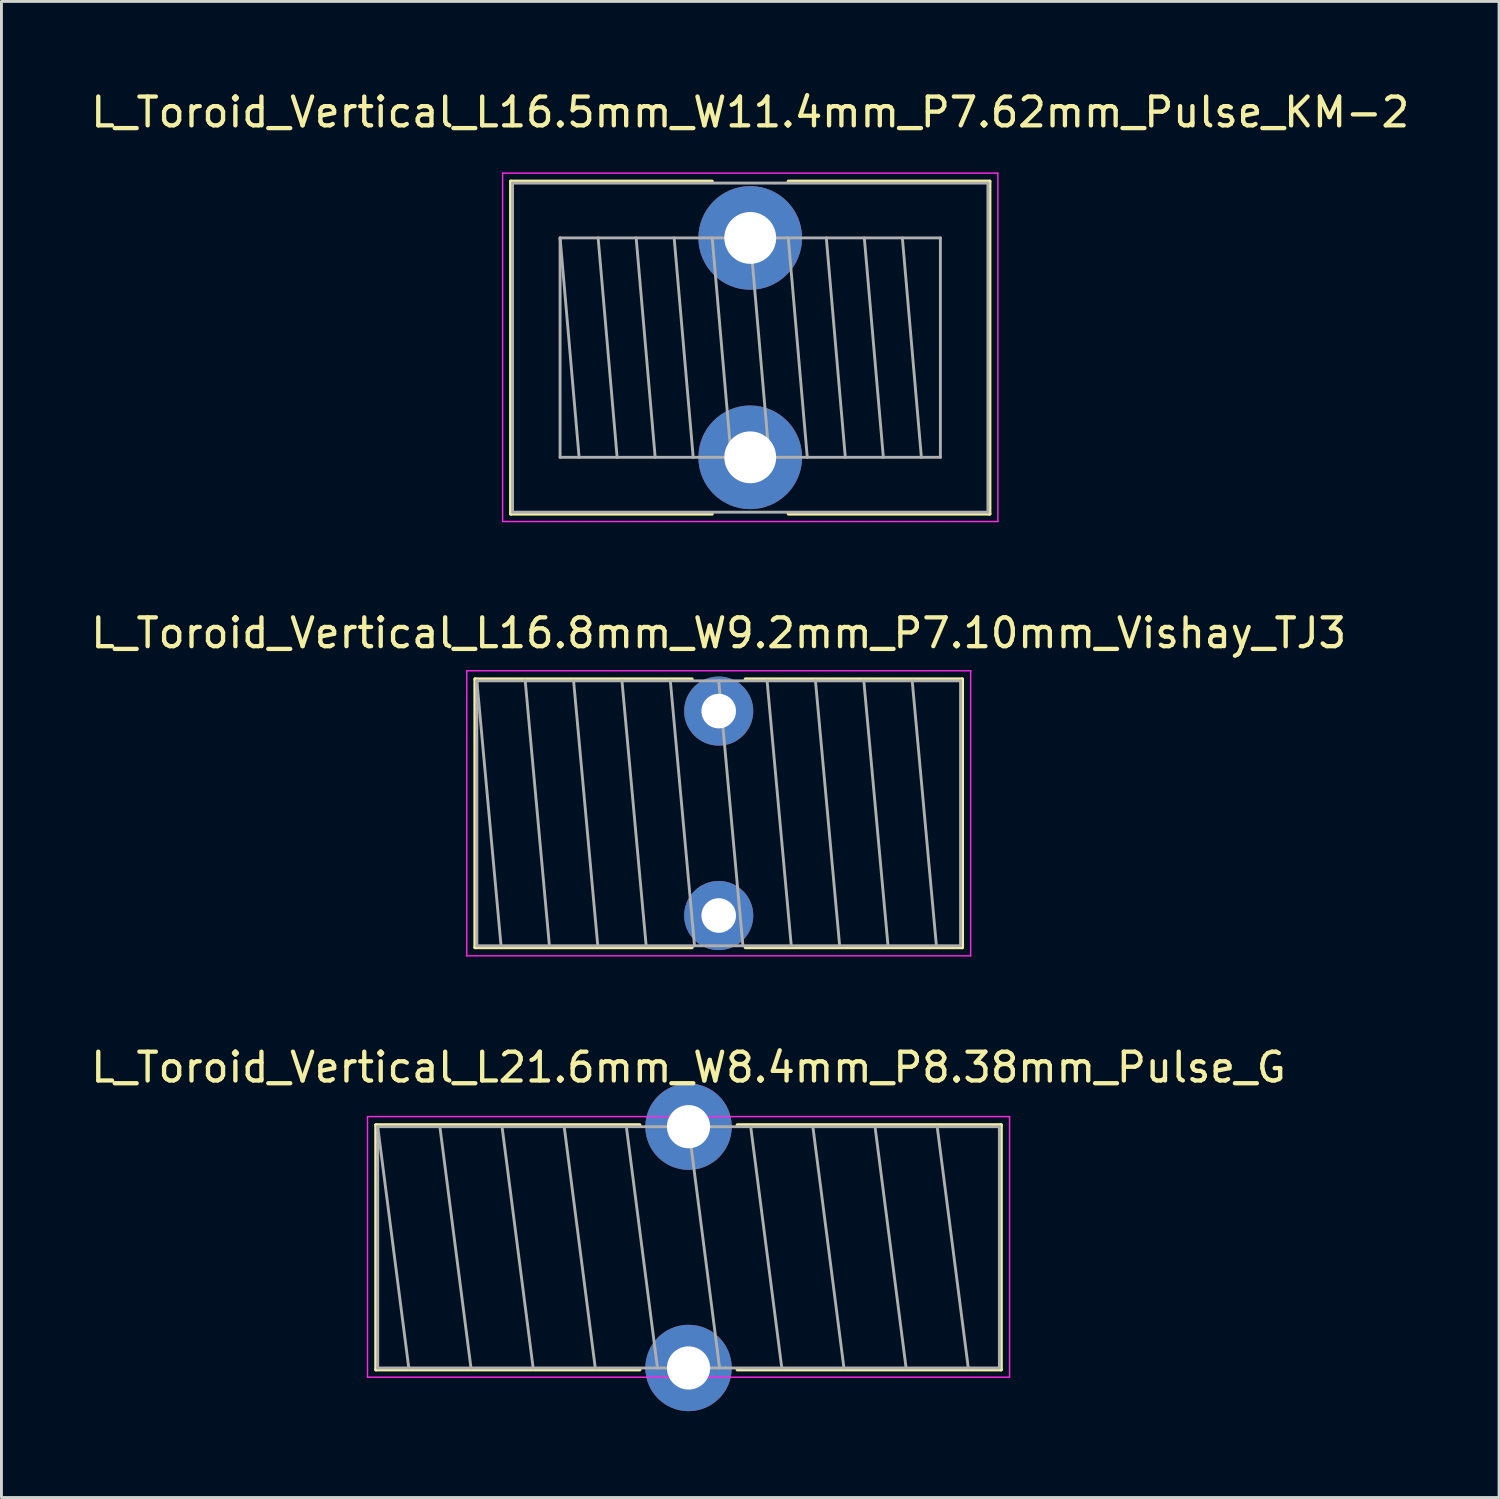
<source format=kicad_pcb>
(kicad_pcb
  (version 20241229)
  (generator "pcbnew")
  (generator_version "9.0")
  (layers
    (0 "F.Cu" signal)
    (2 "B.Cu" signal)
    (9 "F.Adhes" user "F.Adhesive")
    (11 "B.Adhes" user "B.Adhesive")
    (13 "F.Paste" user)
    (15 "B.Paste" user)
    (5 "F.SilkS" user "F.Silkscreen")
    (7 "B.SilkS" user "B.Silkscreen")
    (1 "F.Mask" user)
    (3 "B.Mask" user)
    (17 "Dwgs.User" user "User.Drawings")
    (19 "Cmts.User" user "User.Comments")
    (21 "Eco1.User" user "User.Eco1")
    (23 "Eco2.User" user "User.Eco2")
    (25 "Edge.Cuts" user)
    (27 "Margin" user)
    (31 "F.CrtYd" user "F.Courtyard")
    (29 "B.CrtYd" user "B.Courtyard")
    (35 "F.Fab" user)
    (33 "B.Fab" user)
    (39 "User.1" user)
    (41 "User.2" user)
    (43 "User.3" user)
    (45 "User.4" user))
  (footprint "L_Toroid_Vertical_L21.6mm_W8.4mm_P8.38mm_Pulse_G"
    (layer "F.Cu")
    (at 20.863 36.08)
    (property "Reference" "L_Toroid_Vertical_L21.6mm_W8.4mm_P8.38mm_Pulse_G" (at 0 -2.06 0) (layer "F.SilkS") (effects (font (size 1 1) (thickness 0.15))))
    (attr through_hole)
    (fp_line (start -10.855 -0.06) (end -10.855 8.44) (stroke (width 0.12) (type solid)) (layer "F.SilkS"))
    (fp_line (start -10.855 -0.06) (end -1.695 -0.06) (stroke (width 0.12) (type solid)) (layer "F.SilkS"))
    (fp_line (start -10.855 8.44) (end -1.695 8.44) (stroke (width 0.12) (type solid)) (layer "F.SilkS"))
    (fp_line (start 1.695 -0.06) (end 10.855 -0.06) (stroke (width 0.12) (type solid)) (layer "F.SilkS"))
    (fp_line (start 1.695 8.44) (end 10.855 8.44) (stroke (width 0.12) (type solid)) (layer "F.SilkS"))
    (fp_line (start 10.855 -0.06) (end 10.855 8.44) (stroke (width 0.12) (type solid)) (layer "F.SilkS"))
    (fp_line (start -11.15 -0.35) (end -11.15 8.7) (stroke (width 0.05) (type solid)) (layer "F.CrtYd"))
    (fp_line (start -11.15 8.7) (end 11.15 8.7) (stroke (width 0.05) (type solid)) (layer "F.CrtYd"))
    (fp_line (start 11.15 -0.35) (end -11.15 -0.35) (stroke (width 0.05) (type solid)) (layer "F.CrtYd"))
    (fp_line (start 11.15 8.7) (end 11.15 -0.35) (stroke (width 0.05) (type solid)) (layer "F.CrtYd"))
    (fp_line (start -10.795 0) (end -10.795 8.38) (stroke (width 0.1) (type solid)) (layer "F.Fab"))
    (fp_line (start -10.795 0) (end -9.716 8.38) (stroke (width 0.1) (type solid)) (layer "F.Fab"))
    (fp_line (start -10.795 8.38) (end 10.795 8.38) (stroke (width 0.1) (type solid)) (layer "F.Fab"))
    (fp_line (start -8.636 0) (end -7.556 8.38) (stroke (width 0.1) (type solid)) (layer "F.Fab"))
    (fp_line (start -6.477 0) (end -5.397 8.38) (stroke (width 0.1) (type solid)) (layer "F.Fab"))
    (fp_line (start -4.318 0) (end -3.239 8.38) (stroke (width 0.1) (type solid)) (layer "F.Fab"))
    (fp_line (start -2.159 0) (end -1.079 8.38) (stroke (width 0.1) (type solid)) (layer "F.Fab"))
    (fp_line (start 0 0) (end 1.079 8.38) (stroke (width 0.1) (type solid)) (layer "F.Fab"))
    (fp_line (start 2.159 0) (end 3.239 8.38) (stroke (width 0.1) (type solid)) (layer "F.Fab"))
    (fp_line (start 4.318 0) (end 5.397 8.38) (stroke (width 0.1) (type solid)) (layer "F.Fab"))
    (fp_line (start 6.477 0) (end 7.556 8.38) (stroke (width 0.1) (type solid)) (layer "F.Fab"))
    (fp_line (start 8.636 0) (end 9.716 8.38) (stroke (width 0.1) (type solid)) (layer "F.Fab"))
    (fp_line (start 10.795 0) (end -10.795 0) (stroke (width 0.1) (type solid)) (layer "F.Fab"))
    (fp_line (start 10.795 8.38) (end 10.795 0) (stroke (width 0.1) (type solid)) (layer "F.Fab"))
    (pad "1" thru_hole circle (at 0 0) (size 3 3) (drill 1.5) (layers "*.Cu" "*.Mask"))
    (pad "2" thru_hole circle (at 0 8.38) (size 3 3) (drill 1.5) (layers "*.Cu" "*.Mask")))
  (footprint "L_Toroid_Vertical_L16.5mm_W11.4mm_P7.62mm_Pulse_KM-2"
    (layer "F.Cu")
    (at 23.006 5.213)
    (property "Reference" "L_Toroid_Vertical_L16.5mm_W11.4mm_P7.62mm_Pulse_KM-2" (at 0 -4.365 0) (layer "F.SilkS") (effects (font (size 1 1) (thickness 0.15))))
    (attr through_hole)
    (fp_line (start -8.316 -1.965) (end -8.316 9.585) (stroke (width 0.12) (type solid)) (layer "F.SilkS"))
    (fp_line (start -8.316 -1.965) (end -1.325 -1.965) (stroke (width 0.12) (type solid)) (layer "F.SilkS"))
    (fp_line (start -8.316 9.585) (end -1.325 9.585) (stroke (width 0.12) (type solid)) (layer "F.SilkS"))
    (fp_line (start 1.325 -1.965) (end 8.316 -1.965) (stroke (width 0.12) (type solid)) (layer "F.SilkS"))
    (fp_line (start 1.325 9.585) (end 8.316 9.585) (stroke (width 0.12) (type solid)) (layer "F.SilkS"))
    (fp_line (start 8.316 -1.965) (end 8.316 9.585) (stroke (width 0.12) (type solid)) (layer "F.SilkS"))
    (fp_line (start -8.6 -2.25) (end -8.6 9.85) (stroke (width 0.05) (type solid)) (layer "F.CrtYd"))
    (fp_line (start -8.6 9.85) (end 8.6 9.85) (stroke (width 0.05) (type solid)) (layer "F.CrtYd"))
    (fp_line (start 8.6 -2.25) (end -8.6 -2.25) (stroke (width 0.05) (type solid)) (layer "F.CrtYd"))
    (fp_line (start 8.6 9.85) (end 8.6 -2.25) (stroke (width 0.05) (type solid)) (layer "F.CrtYd"))
    (fp_line (start -8.255 -1.905) (end -8.255 9.525) (stroke (width 0.1) (type solid)) (layer "F.Fab"))
    (fp_line (start -8.255 9.525) (end 8.255 9.525) (stroke (width 0.1) (type solid)) (layer "F.Fab"))
    (fp_line (start -6.604 0) (end -6.604 7.62) (stroke (width 0.1) (type solid)) (layer "F.Fab"))
    (fp_line (start -6.604 0) (end -5.944 7.62) (stroke (width 0.1) (type solid)) (layer "F.Fab"))
    (fp_line (start -6.604 7.62) (end 6.604 7.62) (stroke (width 0.1) (type solid)) (layer "F.Fab"))
    (fp_line (start -5.283 0) (end -4.623 7.62) (stroke (width 0.1) (type solid)) (layer "F.Fab"))
    (fp_line (start -3.962 0) (end -3.302 7.62) (stroke (width 0.1) (type solid)) (layer "F.Fab"))
    (fp_line (start -2.642 0) (end -1.981 7.62) (stroke (width 0.1) (type solid)) (layer "F.Fab"))
    (fp_line (start -1.321 0) (end -0.66 7.62) (stroke (width 0.1) (type solid)) (layer "F.Fab"))
    (fp_line (start 0 0) (end 0.66 7.62) (stroke (width 0.1) (type solid)) (layer "F.Fab"))
    (fp_line (start 1.321 0) (end 1.981 7.62) (stroke (width 0.1) (type solid)) (layer "F.Fab"))
    (fp_line (start 2.642 0) (end 3.302 7.62) (stroke (width 0.1) (type solid)) (layer "F.Fab"))
    (fp_line (start 3.962 0) (end 4.623 7.62) (stroke (width 0.1) (type solid)) (layer "F.Fab"))
    (fp_line (start 5.283 0) (end 5.944 7.62) (stroke (width 0.1) (type solid)) (layer "F.Fab"))
    (fp_line (start 6.604 0) (end -6.604 0) (stroke (width 0.1) (type solid)) (layer "F.Fab"))
    (fp_line (start 6.604 7.62) (end 6.604 0) (stroke (width 0.1) (type solid)) (layer "F.Fab"))
    (fp_line (start 8.255 -1.905) (end -8.255 -1.905) (stroke (width 0.1) (type solid)) (layer "F.Fab"))
    (fp_line (start 8.255 9.525) (end 8.255 -1.905) (stroke (width 0.1) (type solid)) (layer "F.Fab"))
    (pad "1" thru_hole circle (at 0 0) (size 3.6 3.6) (drill 1.8) (layers "*.Cu" "*.Mask"))
    (pad "2" thru_hole circle (at 0 7.62) (size 3.6 3.6) (drill 1.8) (layers "*.Cu" "*.Mask")))
  (footprint "L_Toroid_Vertical_L16.8mm_W9.2mm_P7.10mm_Vishay_TJ3"
    (layer "F.Cu")
    (at 21.911 21.646)
    (property "Reference" "L_Toroid_Vertical_L16.8mm_W9.2mm_P7.10mm_Vishay_TJ3" (at 0 -2.71 0) (layer "F.SilkS") (effects (font (size 1 1) (thickness 0.15))))
    (attr through_hole)
    (fp_line (start -8.46 -1.11) (end -8.46 8.21) (stroke (width 0.12) (type solid)) (layer "F.SilkS"))
    (fp_line (start -8.46 -1.11) (end -0.928 -1.11) (stroke (width 0.12) (type solid)) (layer "F.SilkS"))
    (fp_line (start -8.46 8.21) (end -0.928 8.21) (stroke (width 0.12) (type solid)) (layer "F.SilkS"))
    (fp_line (start 0.928 -1.11) (end 8.46 -1.11) (stroke (width 0.12) (type solid)) (layer "F.SilkS"))
    (fp_line (start 0.928 8.21) (end 8.46 8.21) (stroke (width 0.12) (type solid)) (layer "F.SilkS"))
    (fp_line (start 8.46 -1.11) (end 8.46 8.21) (stroke (width 0.12) (type solid)) (layer "F.SilkS"))
    (fp_line (start -8.75 -1.4) (end -8.75 8.5) (stroke (width 0.05) (type solid)) (layer "F.CrtYd"))
    (fp_line (start -8.75 8.5) (end 8.75 8.5) (stroke (width 0.05) (type solid)) (layer "F.CrtYd"))
    (fp_line (start 8.75 -1.4) (end -8.75 -1.4) (stroke (width 0.05) (type solid)) (layer "F.CrtYd"))
    (fp_line (start 8.75 8.5) (end 8.75 -1.4) (stroke (width 0.05) (type solid)) (layer "F.CrtYd"))
    (fp_line (start -8.4 -1.05) (end -8.4 8.15) (stroke (width 0.1) (type solid)) (layer "F.Fab"))
    (fp_line (start -8.4 -1.05) (end -7.56 8.15) (stroke (width 0.1) (type solid)) (layer "F.Fab"))
    (fp_line (start -8.4 8.15) (end 8.4 8.15) (stroke (width 0.1) (type solid)) (layer "F.Fab"))
    (fp_line (start -6.72 -1.05) (end -5.88 8.15) (stroke (width 0.1) (type solid)) (layer "F.Fab"))
    (fp_line (start -5.04 -1.05) (end -4.2 8.15) (stroke (width 0.1) (type solid)) (layer "F.Fab"))
    (fp_line (start -3.36 -1.05) (end -2.52 8.15) (stroke (width 0.1) (type solid)) (layer "F.Fab"))
    (fp_line (start -1.68 -1.05) (end -0.84 8.15) (stroke (width 0.1) (type solid)) (layer "F.Fab"))
    (fp_line (start 0 -1.05) (end 0.84 8.15) (stroke (width 0.1) (type solid)) (layer "F.Fab"))
    (fp_line (start 1.68 -1.05) (end 2.52 8.15) (stroke (width 0.1) (type solid)) (layer "F.Fab"))
    (fp_line (start 3.36 -1.05) (end 4.2 8.15) (stroke (width 0.1) (type solid)) (layer "F.Fab"))
    (fp_line (start 5.04 -1.05) (end 5.88 8.15) (stroke (width 0.1) (type solid)) (layer "F.Fab"))
    (fp_line (start 6.72 -1.05) (end 7.56 8.15) (stroke (width 0.1) (type solid)) (layer "F.Fab"))
    (fp_line (start 8.4 -1.05) (end -8.4 -1.05) (stroke (width 0.1) (type solid)) (layer "F.Fab"))
    (fp_line (start 8.4 8.15) (end 8.4 -1.05) (stroke (width 0.1) (type solid)) (layer "F.Fab"))
    (pad "1" thru_hole circle (at 0 0) (size 2.4 2.4) (drill 1.2) (layers "*.Cu" "*.Mask"))
    (pad "2" thru_hole circle (at 0 7.1) (size 2.4 2.4) (drill 1.2) (layers "*.Cu" "*.Mask")))
  (gr_rect
    (start -3 -3)
    (end 49.012 48.96)
    (stroke (width 0.1) (type default))
    (fill no)
    (layer "Edge.Cuts")))
</source>
